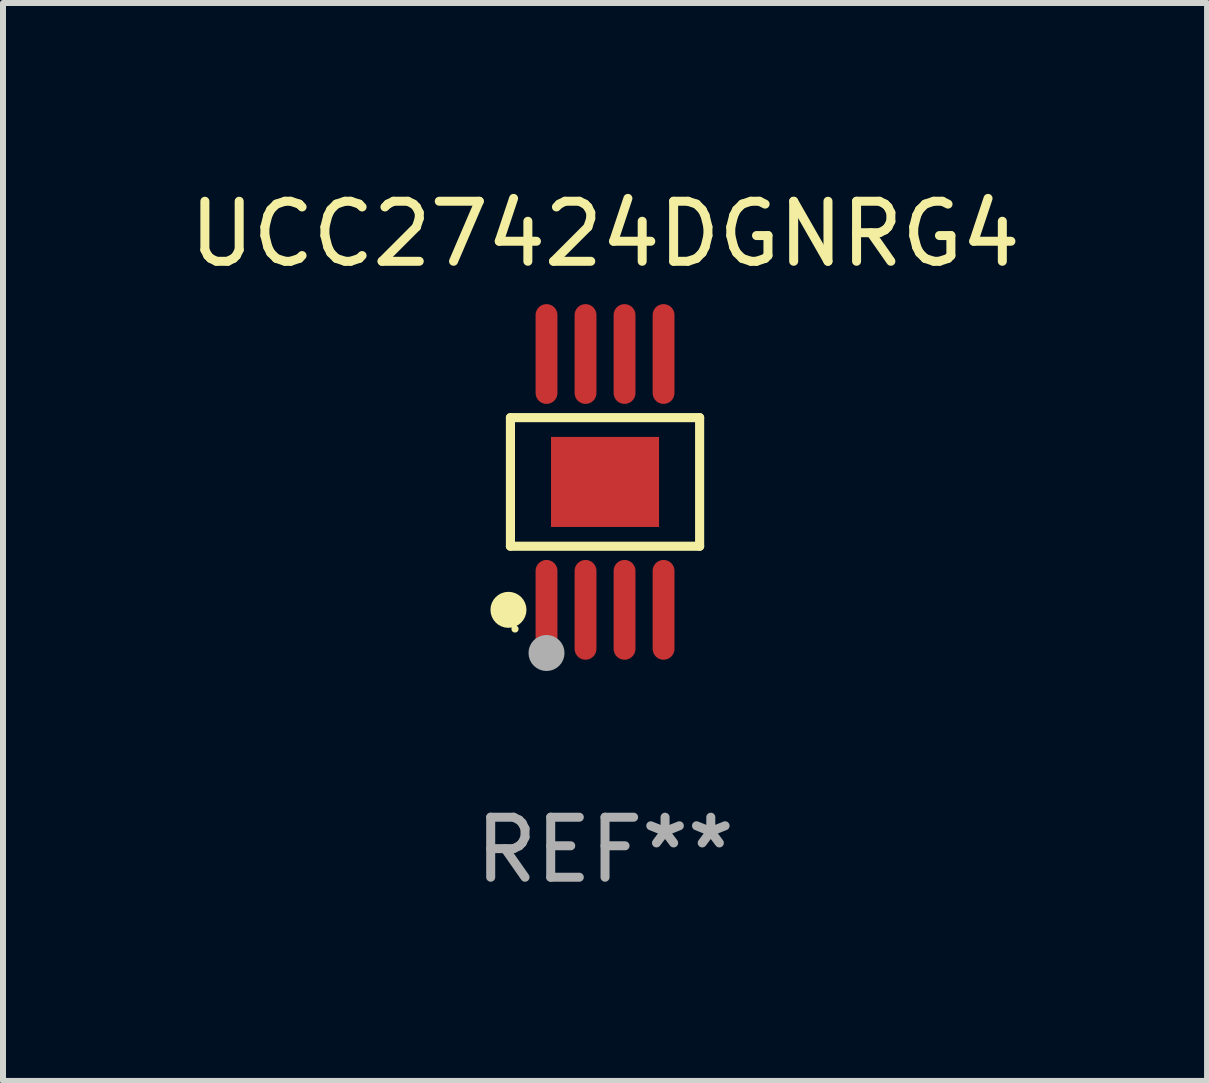
<source format=kicad_pcb>
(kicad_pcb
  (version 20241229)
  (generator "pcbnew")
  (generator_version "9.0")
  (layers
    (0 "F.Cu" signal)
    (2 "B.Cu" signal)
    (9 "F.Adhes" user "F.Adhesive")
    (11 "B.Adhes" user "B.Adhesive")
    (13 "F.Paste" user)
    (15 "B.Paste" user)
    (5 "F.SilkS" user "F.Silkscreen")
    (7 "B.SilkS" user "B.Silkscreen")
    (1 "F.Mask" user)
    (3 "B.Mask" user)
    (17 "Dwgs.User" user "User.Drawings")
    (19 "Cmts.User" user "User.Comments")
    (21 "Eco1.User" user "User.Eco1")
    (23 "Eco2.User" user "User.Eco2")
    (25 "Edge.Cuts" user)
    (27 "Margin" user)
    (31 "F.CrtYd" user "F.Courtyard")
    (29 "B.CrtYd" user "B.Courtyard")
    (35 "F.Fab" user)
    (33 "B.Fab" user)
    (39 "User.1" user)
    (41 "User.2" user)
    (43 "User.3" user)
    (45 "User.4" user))
  (footprint "UCC27424DGNRG4"
    (layer "F.Cu")
    (at 7.03 4.979)
    (property "Reference" "UCC27424DGNRG4" (at 0 -4.131 0) (layer "F.SilkS") (effects (font (size 1 1) (thickness 0.15))))
    (attr through_hole)
    (fp_line (start -1.576 -1.071) (end 1.576 -1.071) (stroke (width 0.152) (type solid)) (layer "F.SilkS"))
    (fp_line (start -1.576 1.071) (end -1.576 -1.071) (stroke (width 0.152) (type solid)) (layer "F.SilkS"))
    (fp_line (start 1.576 -1.071) (end 1.576 1.071) (stroke (width 0.152) (type solid)) (layer "F.SilkS"))
    (fp_line (start 1.576 1.071) (end -1.576 1.071) (stroke (width 0.152) (type solid)) (layer "F.SilkS"))
    (fp_circle (center -1.609 2.131) (end -1.459 2.131) (stroke (width 0.3) (type solid)) (fill no) (layer "F.SilkS"))
    (fp_circle (center -1.5 2.45) (end -1.47 2.45) (stroke (width 0.06) (type solid)) (fill no) (layer "F.SilkS"))
    (fp_circle (center -0.975 2.85) (end -0.825 2.85) (stroke (width 0.3) (type solid)) (fill no) (layer "F.Fab"))
    (fp_text user "REF**" (at 0 6.131 0) (layer "F.Fab") (effects (font (size 1 1) (thickness 0.15))))
    (pad "1" smd oval (at -0.975 2.131) (size 0.364 1.662) (layers "F.Cu" "F.Mask" "F.Paste"))
    (pad "2" smd oval (at -0.325 2.131) (size 0.364 1.662) (layers "F.Cu" "F.Mask" "F.Paste"))
    (pad "3" smd oval (at 0.325 2.131) (size 0.364 1.662) (layers "F.Cu" "F.Mask" "F.Paste"))
    (pad "4" smd oval (at 0.975 2.131) (size 0.364 1.662) (layers "F.Cu" "F.Mask" "F.Paste"))
    (pad "5" smd oval (at 0.975 -2.131) (size 0.364 1.662) (layers "F.Cu" "F.Mask" "F.Paste"))
    (pad "6" smd oval (at 0.325 -2.131) (size 0.364 1.662) (layers "F.Cu" "F.Mask" "F.Paste"))
    (pad "7" smd oval (at -0.325 -2.131) (size 0.364 1.662) (layers "F.Cu" "F.Mask" "F.Paste"))
    (pad "8" smd oval (at -0.975 -2.131) (size 0.364 1.662) (layers "F.Cu" "F.Mask" "F.Paste"))
    (pad "9" smd rect (at 0 0 90) (size 1.5 1.8) (layers "F.Cu" "F.Mask" "F.Paste")))
  (gr_rect
    (start -3 -3)
    (end 17.06 14.959)
    (stroke (width 0.1) (type default))
    (fill no)
    (layer "Edge.Cuts")))
</source>
